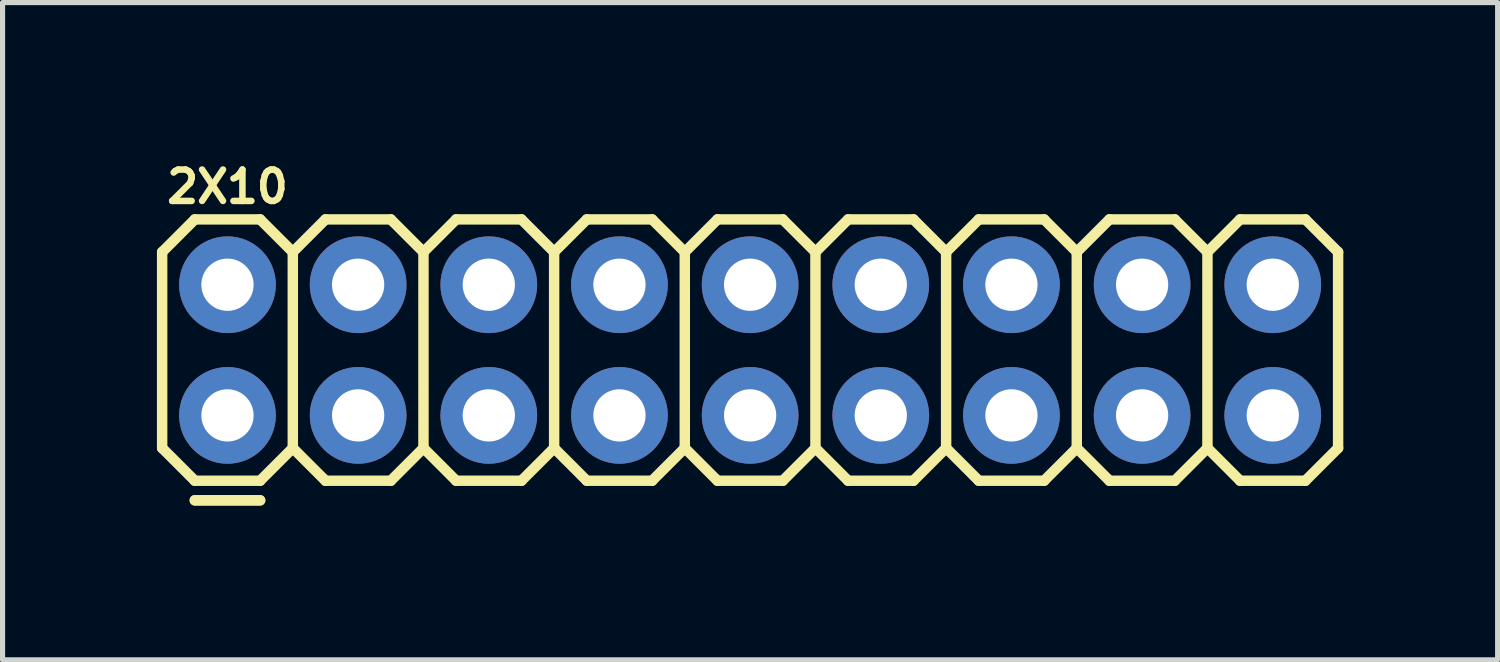
<source format=kicad_pcb>
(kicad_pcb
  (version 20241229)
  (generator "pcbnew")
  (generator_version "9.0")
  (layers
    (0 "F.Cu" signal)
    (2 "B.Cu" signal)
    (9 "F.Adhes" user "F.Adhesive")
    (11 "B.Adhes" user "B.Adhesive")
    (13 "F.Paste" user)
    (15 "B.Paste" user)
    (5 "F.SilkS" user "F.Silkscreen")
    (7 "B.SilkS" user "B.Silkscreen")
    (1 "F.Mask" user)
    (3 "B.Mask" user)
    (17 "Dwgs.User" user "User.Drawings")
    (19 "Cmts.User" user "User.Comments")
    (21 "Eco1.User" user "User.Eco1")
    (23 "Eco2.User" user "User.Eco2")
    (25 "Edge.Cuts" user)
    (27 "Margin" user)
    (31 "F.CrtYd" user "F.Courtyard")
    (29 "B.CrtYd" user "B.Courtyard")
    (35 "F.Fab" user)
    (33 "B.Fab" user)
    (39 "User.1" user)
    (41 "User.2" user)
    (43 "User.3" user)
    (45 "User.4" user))
  (footprint "2X10"
    (layer "F.Cu")
    (at 1.372 5.025)
    (property "Reference" "2X10" (at 0 -4.445 0) (layer "F.SilkS") (effects (font (size 0.61 0.61) (thickness 0.127))))
    (attr exclude_from_pos_files exclude_from_bom)
    (fp_line (start -1.27 -3.175) (end -0.635 -3.81) (stroke (width 0.203) (type solid)) (layer "F.SilkS"))
    (fp_line (start -1.27 0.635) (end -1.27 -3.175) (stroke (width 0.203) (type solid)) (layer "F.SilkS"))
    (fp_line (start -1.27 0.635) (end -0.635 1.27) (stroke (width 0.203) (type solid)) (layer "F.SilkS"))
    (fp_line (start -0.635 -3.81) (end 0.635 -3.81) (stroke (width 0.203) (type solid)) (layer "F.SilkS"))
    (fp_line (start -0.635 1.27) (end 0.635 1.27) (stroke (width 0.203) (type solid)) (layer "F.SilkS"))
    (fp_line (start -0.635 1.651) (end 0.635 1.651) (stroke (width 0.203) (type solid)) (layer "F.SilkS"))
    (fp_line (start -0.635 1.651) (end 0.635 1.651) (stroke (width 0.203) (type solid)) (layer "F.SilkS"))
    (fp_line (start 0.635 -3.81) (end 1.27 -3.175) (stroke (width 0.203) (type solid)) (layer "F.SilkS"))
    (fp_line (start 0.635 1.27) (end 1.27 0.635) (stroke (width 0.203) (type solid)) (layer "F.SilkS"))
    (fp_line (start 1.27 -3.175) (end 1.27 0.635) (stroke (width 0.203) (type solid)) (layer "F.SilkS"))
    (fp_line (start 1.27 -3.175) (end 1.905 -3.81) (stroke (width 0.203) (type solid)) (layer "F.SilkS"))
    (fp_line (start 1.27 0.635) (end 1.905 1.27) (stroke (width 0.203) (type solid)) (layer "F.SilkS"))
    (fp_line (start 1.905 -3.81) (end 3.175 -3.81) (stroke (width 0.203) (type solid)) (layer "F.SilkS"))
    (fp_line (start 1.905 1.27) (end 3.175 1.27) (stroke (width 0.203) (type solid)) (layer "F.SilkS"))
    (fp_line (start 3.175 -3.81) (end 3.81 -3.175) (stroke (width 0.203) (type solid)) (layer "F.SilkS"))
    (fp_line (start 3.175 1.27) (end 3.81 0.635) (stroke (width 0.203) (type solid)) (layer "F.SilkS"))
    (fp_line (start 3.81 -3.175) (end 3.81 0.635) (stroke (width 0.203) (type solid)) (layer "F.SilkS"))
    (fp_line (start 3.81 -3.175) (end 4.445 -3.81) (stroke (width 0.203) (type solid)) (layer "F.SilkS"))
    (fp_line (start 3.81 0.635) (end 4.445 1.27) (stroke (width 0.203) (type solid)) (layer "F.SilkS"))
    (fp_line (start 4.445 -3.81) (end 5.715 -3.81) (stroke (width 0.203) (type solid)) (layer "F.SilkS"))
    (fp_line (start 4.445 1.27) (end 5.715 1.27) (stroke (width 0.203) (type solid)) (layer "F.SilkS"))
    (fp_line (start 5.715 -3.81) (end 6.35 -3.175) (stroke (width 0.203) (type solid)) (layer "F.SilkS"))
    (fp_line (start 5.715 1.27) (end 6.35 0.635) (stroke (width 0.203) (type solid)) (layer "F.SilkS"))
    (fp_line (start 6.35 -3.175) (end 6.35 0.635) (stroke (width 0.203) (type solid)) (layer "F.SilkS"))
    (fp_line (start 6.35 -3.175) (end 6.985 -3.81) (stroke (width 0.203) (type solid)) (layer "F.SilkS"))
    (fp_line (start 6.35 0.635) (end 6.985 1.27) (stroke (width 0.203) (type solid)) (layer "F.SilkS"))
    (fp_line (start 6.985 -3.81) (end 8.255 -3.81) (stroke (width 0.203) (type solid)) (layer "F.SilkS"))
    (fp_line (start 6.985 1.27) (end 8.255 1.27) (stroke (width 0.203) (type solid)) (layer "F.SilkS"))
    (fp_line (start 8.255 -3.81) (end 8.89 -3.175) (stroke (width 0.203) (type solid)) (layer "F.SilkS"))
    (fp_line (start 8.255 1.27) (end 8.89 0.635) (stroke (width 0.203) (type solid)) (layer "F.SilkS"))
    (fp_line (start 8.89 -3.175) (end 8.89 0.635) (stroke (width 0.203) (type solid)) (layer "F.SilkS"))
    (fp_line (start 8.89 -3.175) (end 9.525 -3.81) (stroke (width 0.203) (type solid)) (layer "F.SilkS"))
    (fp_line (start 8.89 0.635) (end 9.525 1.27) (stroke (width 0.203) (type solid)) (layer "F.SilkS"))
    (fp_line (start 9.525 -3.81) (end 10.795 -3.81) (stroke (width 0.203) (type solid)) (layer "F.SilkS"))
    (fp_line (start 9.525 1.27) (end 10.795 1.27) (stroke (width 0.203) (type solid)) (layer "F.SilkS"))
    (fp_line (start 10.795 -3.81) (end 11.43 -3.175) (stroke (width 0.203) (type solid)) (layer "F.SilkS"))
    (fp_line (start 10.795 1.27) (end 11.43 0.635) (stroke (width 0.203) (type solid)) (layer "F.SilkS"))
    (fp_line (start 11.43 -3.175) (end 11.43 0.635) (stroke (width 0.203) (type solid)) (layer "F.SilkS"))
    (fp_line (start 11.43 -3.175) (end 12.065 -3.81) (stroke (width 0.203) (type solid)) (layer "F.SilkS"))
    (fp_line (start 11.43 0.635) (end 12.065 1.27) (stroke (width 0.203) (type solid)) (layer "F.SilkS"))
    (fp_line (start 12.065 -3.81) (end 13.335 -3.81) (stroke (width 0.203) (type solid)) (layer "F.SilkS"))
    (fp_line (start 12.065 1.27) (end 13.335 1.27) (stroke (width 0.203) (type solid)) (layer "F.SilkS"))
    (fp_line (start 13.335 -3.81) (end 13.97 -3.175) (stroke (width 0.203) (type solid)) (layer "F.SilkS"))
    (fp_line (start 13.335 1.27) (end 13.97 0.635) (stroke (width 0.203) (type solid)) (layer "F.SilkS"))
    (fp_line (start 13.97 -3.175) (end 13.97 0.635) (stroke (width 0.203) (type solid)) (layer "F.SilkS"))
    (fp_line (start 13.97 -3.175) (end 14.605 -3.81) (stroke (width 0.203) (type solid)) (layer "F.SilkS"))
    (fp_line (start 13.97 0.635) (end 14.605 1.27) (stroke (width 0.203) (type solid)) (layer "F.SilkS"))
    (fp_line (start 14.605 -3.81) (end 15.875 -3.81) (stroke (width 0.203) (type solid)) (layer "F.SilkS"))
    (fp_line (start 14.605 1.27) (end 15.875 1.27) (stroke (width 0.203) (type solid)) (layer "F.SilkS"))
    (fp_line (start 15.875 -3.81) (end 16.51 -3.175) (stroke (width 0.203) (type solid)) (layer "F.SilkS"))
    (fp_line (start 16.51 -3.175) (end 16.51 0.635) (stroke (width 0.203) (type solid)) (layer "F.SilkS"))
    (fp_line (start 16.51 -3.175) (end 17.145 -3.81) (stroke (width 0.203) (type solid)) (layer "F.SilkS"))
    (fp_line (start 16.51 0.635) (end 15.875 1.27) (stroke (width 0.203) (type solid)) (layer "F.SilkS"))
    (fp_line (start 16.51 0.635) (end 17.145 1.27) (stroke (width 0.203) (type solid)) (layer "F.SilkS"))
    (fp_line (start 17.145 -3.81) (end 18.415 -3.81) (stroke (width 0.203) (type solid)) (layer "F.SilkS"))
    (fp_line (start 17.145 1.27) (end 18.415 1.27) (stroke (width 0.203) (type solid)) (layer "F.SilkS"))
    (fp_line (start 18.415 -3.81) (end 19.05 -3.175) (stroke (width 0.203) (type solid)) (layer "F.SilkS"))
    (fp_line (start 19.05 -3.175) (end 19.05 0.635) (stroke (width 0.203) (type solid)) (layer "F.SilkS"))
    (fp_line (start 19.05 -3.175) (end 19.685 -3.81) (stroke (width 0.203) (type solid)) (layer "F.SilkS"))
    (fp_line (start 19.05 0.635) (end 18.415 1.27) (stroke (width 0.203) (type solid)) (layer "F.SilkS"))
    (fp_line (start 19.05 0.635) (end 19.685 1.27) (stroke (width 0.203) (type solid)) (layer "F.SilkS"))
    (fp_line (start 19.685 -3.81) (end 20.955 -3.81) (stroke (width 0.203) (type solid)) (layer "F.SilkS"))
    (fp_line (start 19.685 1.27) (end 20.955 1.27) (stroke (width 0.203) (type solid)) (layer "F.SilkS"))
    (fp_line (start 20.955 -3.81) (end 21.59 -3.175) (stroke (width 0.203) (type solid)) (layer "F.SilkS"))
    (fp_line (start 21.59 -3.175) (end 21.59 0.635) (stroke (width 0.203) (type solid)) (layer "F.SilkS"))
    (fp_line (start 21.59 0.635) (end 20.955 1.27) (stroke (width 0.203) (type solid)) (layer "F.SilkS"))
    (pad "1" thru_hole circle (at 0 0) (size 1.88 1.88) (drill 1.016) (layers "*.Cu" "*.Mask"))
    (pad "2" thru_hole circle (at 0 -2.54) (size 1.88 1.88) (drill 1.016) (layers "*.Cu" "*.Mask"))
    (pad "3" thru_hole circle (at 2.54 0) (size 1.88 1.88) (drill 1.016) (layers "*.Cu" "*.Mask"))
    (pad "4" thru_hole circle (at 2.54 -2.54) (size 1.88 1.88) (drill 1.016) (layers "*.Cu" "*.Mask"))
    (pad "5" thru_hole circle (at 5.08 0) (size 1.88 1.88) (drill 1.016) (layers "*.Cu" "*.Mask"))
    (pad "6" thru_hole circle (at 5.08 -2.54) (size 1.88 1.88) (drill 1.016) (layers "*.Cu" "*.Mask"))
    (pad "7" thru_hole circle (at 7.62 0) (size 1.88 1.88) (drill 1.016) (layers "*.Cu" "*.Mask"))
    (pad "8" thru_hole circle (at 7.62 -2.54) (size 1.88 1.88) (drill 1.016) (layers "*.Cu" "*.Mask"))
    (pad "9" thru_hole circle (at 10.16 0) (size 1.88 1.88) (drill 1.016) (layers "*.Cu" "*.Mask"))
    (pad "10" thru_hole circle (at 10.16 -2.54) (size 1.88 1.88) (drill 1.016) (layers "*.Cu" "*.Mask"))
    (pad "11" thru_hole circle (at 12.7 0) (size 1.88 1.88) (drill 1.016) (layers "*.Cu" "*.Mask"))
    (pad "12" thru_hole circle (at 12.7 -2.54) (size 1.88 1.88) (drill 1.016) (layers "*.Cu" "*.Mask"))
    (pad "13" thru_hole circle (at 15.24 0) (size 1.88 1.88) (drill 1.016) (layers "*.Cu" "*.Mask"))
    (pad "14" thru_hole circle (at 15.24 -2.54) (size 1.88 1.88) (drill 1.016) (layers "*.Cu" "*.Mask"))
    (pad "15" thru_hole circle (at 17.78 0) (size 1.88 1.88) (drill 1.016) (layers "*.Cu" "*.Mask"))
    (pad "16" thru_hole circle (at 17.78 -2.54) (size 1.88 1.88) (drill 1.016) (layers "*.Cu" "*.Mask"))
    (pad "17" thru_hole circle (at 20.32 0) (size 1.88 1.88) (drill 1.016) (layers "*.Cu" "*.Mask"))
    (pad "18" thru_hole circle (at 20.32 -2.54) (size 1.88 1.88) (drill 1.016) (layers "*.Cu" "*.Mask")))
  (gr_rect
    (start -3 -3)
    (end 26.063 9.777)
    (stroke (width 0.1) (type default))
    (fill no)
    (layer "Edge.Cuts")))
</source>
